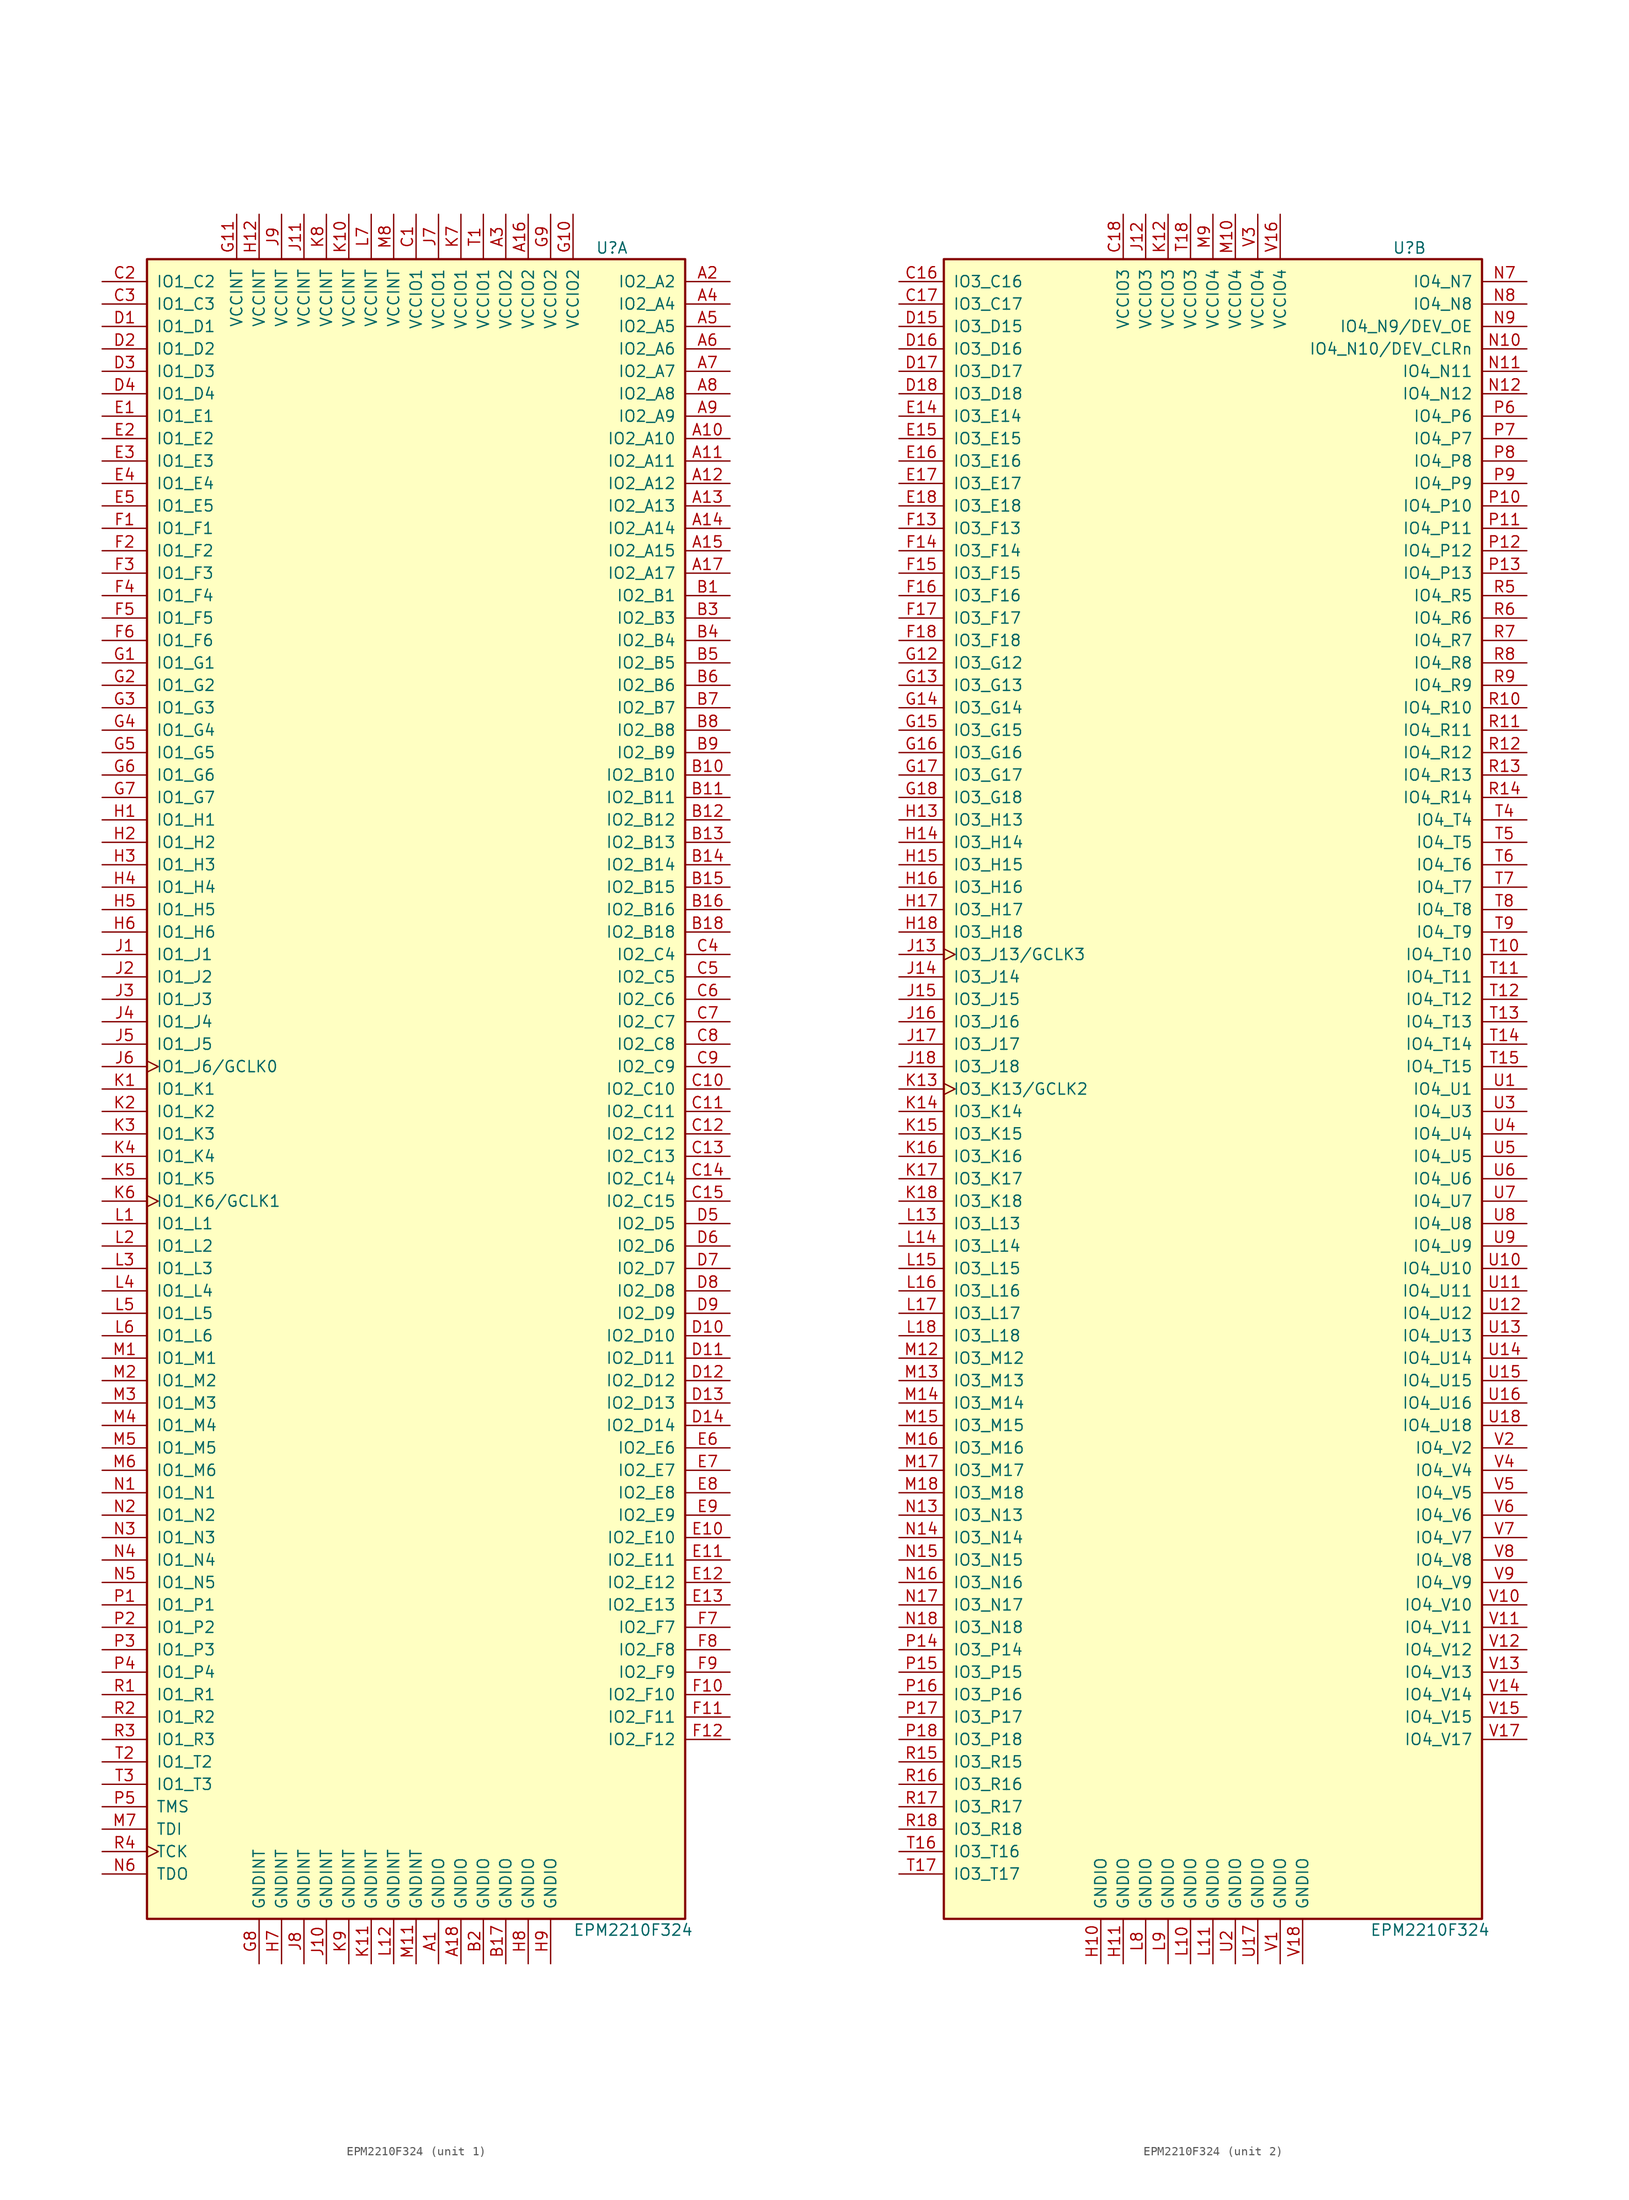
<source format=kicad_sym>
(kicad_symbol_lib
  (version 20201005)
  (generator kicad_symbol_editor)
  (symbol "EPM2210F324"
    (pin_names
      (offset 1.016))
    (property "Reference" "U"
      (at 20.32 95.25 0)
      (effects (font (size 1.27 1.27)) (justify left)))
    (property "Value" "EPM2210F324"
      (at 17.78 -95.25 0)
      (effects (font (size 1.27 1.27)) (justify left)))
    (property "ki_locked" ""
      (at 0 0 0)
      (effects (font (size 1.27 1.27))))
    (symbol "EPM2210F324_1_1"
      (rectangle (start -30.48 93.98) (end 30.48 -93.98) (stroke (width 0.254)) (fill (type background)))
      (pin power_in line (at 2.54 -99.06 90) (length 5.08) (name "GNDIO" (effects (font (size 1.27 1.27)))) (number "A1" (effects (font (size 1.27 1.27)))))
      (pin bidirectional line (at 35.56 73.66 180) (length 5.08) (name "IO2_A10" (effects (font (size 1.27 1.27)))) (number "A10" (effects (font (size 1.27 1.27)))))
      (pin bidirectional line (at 35.56 71.12 180) (length 5.08) (name "IO2_A11" (effects (font (size 1.27 1.27)))) (number "A11" (effects (font (size 1.27 1.27)))))
      (pin bidirectional line (at 35.56 68.58 180) (length 5.08) (name "IO2_A12" (effects (font (size 1.27 1.27)))) (number "A12" (effects (font (size 1.27 1.27)))))
      (pin bidirectional line (at 35.56 66.04 180) (length 5.08) (name "IO2_A13" (effects (font (size 1.27 1.27)))) (number "A13" (effects (font (size 1.27 1.27)))))
      (pin bidirectional line (at 35.56 63.5 180) (length 5.08) (name "IO2_A14" (effects (font (size 1.27 1.27)))) (number "A14" (effects (font (size 1.27 1.27)))))
      (pin bidirectional line (at 35.56 60.96 180) (length 5.08) (name "IO2_A15" (effects (font (size 1.27 1.27)))) (number "A15" (effects (font (size 1.27 1.27)))))
      (pin power_in line (at 12.7 99.06 270) (length 5.08) (name "VCCIO2" (effects (font (size 1.27 1.27)))) (number "A16" (effects (font (size 1.27 1.27)))))
      (pin bidirectional line (at 35.56 58.42 180) (length 5.08) (name "IO2_A17" (effects (font (size 1.27 1.27)))) (number "A17" (effects (font (size 1.27 1.27)))))
      (pin power_in line (at 5.08 -99.06 90) (length 5.08) (name "GNDIO" (effects (font (size 1.27 1.27)))) (number "A18" (effects (font (size 1.27 1.27)))))
      (pin bidirectional line (at 35.56 91.44 180) (length 5.08) (name "IO2_A2" (effects (font (size 1.27 1.27)))) (number "A2" (effects (font (size 1.27 1.27)))))
      (pin power_in line (at 10.16 99.06 270) (length 5.08) (name "VCCIO2" (effects (font (size 1.27 1.27)))) (number "A3" (effects (font (size 1.27 1.27)))))
      (pin bidirectional line (at 35.56 88.9 180) (length 5.08) (name "IO2_A4" (effects (font (size 1.27 1.27)))) (number "A4" (effects (font (size 1.27 1.27)))))
      (pin bidirectional line (at 35.56 86.36 180) (length 5.08) (name "IO2_A5" (effects (font (size 1.27 1.27)))) (number "A5" (effects (font (size 1.27 1.27)))))
      (pin bidirectional line (at 35.56 83.82 180) (length 5.08) (name "IO2_A6" (effects (font (size 1.27 1.27)))) (number "A6" (effects (font (size 1.27 1.27)))))
      (pin bidirectional line (at 35.56 81.28 180) (length 5.08) (name "IO2_A7" (effects (font (size 1.27 1.27)))) (number "A7" (effects (font (size 1.27 1.27)))))
      (pin bidirectional line (at 35.56 78.74 180) (length 5.08) (name "IO2_A8" (effects (font (size 1.27 1.27)))) (number "A8" (effects (font (size 1.27 1.27)))))
      (pin bidirectional line (at 35.56 76.2 180) (length 5.08) (name "IO2_A9" (effects (font (size 1.27 1.27)))) (number "A9" (effects (font (size 1.27 1.27)))))
      (pin bidirectional line (at 35.56 55.88 180) (length 5.08) (name "IO2_B1" (effects (font (size 1.27 1.27)))) (number "B1" (effects (font (size 1.27 1.27)))))
      (pin bidirectional line (at 35.56 35.56 180) (length 5.08) (name "IO2_B10" (effects (font (size 1.27 1.27)))) (number "B10" (effects (font (size 1.27 1.27)))))
      (pin bidirectional line (at 35.56 33.02 180) (length 5.08) (name "IO2_B11" (effects (font (size 1.27 1.27)))) (number "B11" (effects (font (size 1.27 1.27)))))
      (pin bidirectional line (at 35.56 30.48 180) (length 5.08) (name "IO2_B12" (effects (font (size 1.27 1.27)))) (number "B12" (effects (font (size 1.27 1.27)))))
      (pin bidirectional line (at 35.56 27.94 180) (length 5.08) (name "IO2_B13" (effects (font (size 1.27 1.27)))) (number "B13" (effects (font (size 1.27 1.27)))))
      (pin bidirectional line (at 35.56 25.4 180) (length 5.08) (name "IO2_B14" (effects (font (size 1.27 1.27)))) (number "B14" (effects (font (size 1.27 1.27)))))
      (pin bidirectional line (at 35.56 22.86 180) (length 5.08) (name "IO2_B15" (effects (font (size 1.27 1.27)))) (number "B15" (effects (font (size 1.27 1.27)))))
      (pin bidirectional line (at 35.56 20.32 180) (length 5.08) (name "IO2_B16" (effects (font (size 1.27 1.27)))) (number "B16" (effects (font (size 1.27 1.27)))))
      (pin power_in line (at 10.16 -99.06 90) (length 5.08) (name "GNDIO" (effects (font (size 1.27 1.27)))) (number "B17" (effects (font (size 1.27 1.27)))))
      (pin bidirectional line (at 35.56 17.78 180) (length 5.08) (name "IO2_B18" (effects (font (size 1.27 1.27)))) (number "B18" (effects (font (size 1.27 1.27)))))
      (pin power_in line (at 7.62 -99.06 90) (length 5.08) (name "GNDIO" (effects (font (size 1.27 1.27)))) (number "B2" (effects (font (size 1.27 1.27)))))
      (pin bidirectional line (at 35.56 53.34 180) (length 5.08) (name "IO2_B3" (effects (font (size 1.27 1.27)))) (number "B3" (effects (font (size 1.27 1.27)))))
      (pin bidirectional line (at 35.56 50.8 180) (length 5.08) (name "IO2_B4" (effects (font (size 1.27 1.27)))) (number "B4" (effects (font (size 1.27 1.27)))))
      (pin bidirectional line (at 35.56 48.26 180) (length 5.08) (name "IO2_B5" (effects (font (size 1.27 1.27)))) (number "B5" (effects (font (size 1.27 1.27)))))
      (pin bidirectional line (at 35.56 45.72 180) (length 5.08) (name "IO2_B6" (effects (font (size 1.27 1.27)))) (number "B6" (effects (font (size 1.27 1.27)))))
      (pin bidirectional line (at 35.56 43.18 180) (length 5.08) (name "IO2_B7" (effects (font (size 1.27 1.27)))) (number "B7" (effects (font (size 1.27 1.27)))))
      (pin bidirectional line (at 35.56 40.64 180) (length 5.08) (name "IO2_B8" (effects (font (size 1.27 1.27)))) (number "B8" (effects (font (size 1.27 1.27)))))
      (pin bidirectional line (at 35.56 38.1 180) (length 5.08) (name "IO2_B9" (effects (font (size 1.27 1.27)))) (number "B9" (effects (font (size 1.27 1.27)))))
      (pin power_in line (at 0 99.06 270) (length 5.08) (name "VCCIO1" (effects (font (size 1.27 1.27)))) (number "C1" (effects (font (size 1.27 1.27)))))
      (pin bidirectional line (at 35.56 0 180) (length 5.08) (name "IO2_C10" (effects (font (size 1.27 1.27)))) (number "C10" (effects (font (size 1.27 1.27)))))
      (pin bidirectional line (at 35.56 -2.54 180) (length 5.08) (name "IO2_C11" (effects (font (size 1.27 1.27)))) (number "C11" (effects (font (size 1.27 1.27)))))
      (pin bidirectional line (at 35.56 -5.08 180) (length 5.08) (name "IO2_C12" (effects (font (size 1.27 1.27)))) (number "C12" (effects (font (size 1.27 1.27)))))
      (pin bidirectional line (at 35.56 -7.62 180) (length 5.08) (name "IO2_C13" (effects (font (size 1.27 1.27)))) (number "C13" (effects (font (size 1.27 1.27)))))
      (pin bidirectional line (at 35.56 -10.16 180) (length 5.08) (name "IO2_C14" (effects (font (size 1.27 1.27)))) (number "C14" (effects (font (size 1.27 1.27)))))
      (pin bidirectional line (at 35.56 -12.7 180) (length 5.08) (name "IO2_C15" (effects (font (size 1.27 1.27)))) (number "C15" (effects (font (size 1.27 1.27)))))
      (pin bidirectional line (at -35.56 91.44 0) (length 5.08) (name "IO1_C2" (effects (font (size 1.27 1.27)))) (number "C2" (effects (font (size 1.27 1.27)))))
      (pin bidirectional line (at -35.56 88.9 0) (length 5.08) (name "IO1_C3" (effects (font (size 1.27 1.27)))) (number "C3" (effects (font (size 1.27 1.27)))))
      (pin bidirectional line (at 35.56 15.24 180) (length 5.08) (name "IO2_C4" (effects (font (size 1.27 1.27)))) (number "C4" (effects (font (size 1.27 1.27)))))
      (pin bidirectional line (at 35.56 12.7 180) (length 5.08) (name "IO2_C5" (effects (font (size 1.27 1.27)))) (number "C5" (effects (font (size 1.27 1.27)))))
      (pin bidirectional line (at 35.56 10.16 180) (length 5.08) (name "IO2_C6" (effects (font (size 1.27 1.27)))) (number "C6" (effects (font (size 1.27 1.27)))))
      (pin bidirectional line (at 35.56 7.62 180) (length 5.08) (name "IO2_C7" (effects (font (size 1.27 1.27)))) (number "C7" (effects (font (size 1.27 1.27)))))
      (pin bidirectional line (at 35.56 5.08 180) (length 5.08) (name "IO2_C8" (effects (font (size 1.27 1.27)))) (number "C8" (effects (font (size 1.27 1.27)))))
      (pin bidirectional line (at 35.56 2.54 180) (length 5.08) (name "IO2_C9" (effects (font (size 1.27 1.27)))) (number "C9" (effects (font (size 1.27 1.27)))))
      (pin bidirectional line (at -35.56 86.36 0) (length 5.08) (name "IO1_D1" (effects (font (size 1.27 1.27)))) (number "D1" (effects (font (size 1.27 1.27)))))
      (pin bidirectional line (at 35.56 -27.94 180) (length 5.08) (name "IO2_D10" (effects (font (size 1.27 1.27)))) (number "D10" (effects (font (size 1.27 1.27)))))
      (pin bidirectional line (at 35.56 -30.48 180) (length 5.08) (name "IO2_D11" (effects (font (size 1.27 1.27)))) (number "D11" (effects (font (size 1.27 1.27)))))
      (pin bidirectional line (at 35.56 -33.02 180) (length 5.08) (name "IO2_D12" (effects (font (size 1.27 1.27)))) (number "D12" (effects (font (size 1.27 1.27)))))
      (pin bidirectional line (at 35.56 -35.56 180) (length 5.08) (name "IO2_D13" (effects (font (size 1.27 1.27)))) (number "D13" (effects (font (size 1.27 1.27)))))
      (pin bidirectional line (at 35.56 -38.1 180) (length 5.08) (name "IO2_D14" (effects (font (size 1.27 1.27)))) (number "D14" (effects (font (size 1.27 1.27)))))
      (pin bidirectional line (at -35.56 83.82 0) (length 5.08) (name "IO1_D2" (effects (font (size 1.27 1.27)))) (number "D2" (effects (font (size 1.27 1.27)))))
      (pin bidirectional line (at -35.56 81.28 0) (length 5.08) (name "IO1_D3" (effects (font (size 1.27 1.27)))) (number "D3" (effects (font (size 1.27 1.27)))))
      (pin bidirectional line (at -35.56 78.74 0) (length 5.08) (name "IO1_D4" (effects (font (size 1.27 1.27)))) (number "D4" (effects (font (size 1.27 1.27)))))
      (pin bidirectional line (at 35.56 -15.24 180) (length 5.08) (name "IO2_D5" (effects (font (size 1.27 1.27)))) (number "D5" (effects (font (size 1.27 1.27)))))
      (pin bidirectional line (at 35.56 -17.78 180) (length 5.08) (name "IO2_D6" (effects (font (size 1.27 1.27)))) (number "D6" (effects (font (size 1.27 1.27)))))
      (pin bidirectional line (at 35.56 -20.32 180) (length 5.08) (name "IO2_D7" (effects (font (size 1.27 1.27)))) (number "D7" (effects (font (size 1.27 1.27)))))
      (pin bidirectional line (at 35.56 -22.86 180) (length 5.08) (name "IO2_D8" (effects (font (size 1.27 1.27)))) (number "D8" (effects (font (size 1.27 1.27)))))
      (pin bidirectional line (at 35.56 -25.4 180) (length 5.08) (name "IO2_D9" (effects (font (size 1.27 1.27)))) (number "D9" (effects (font (size 1.27 1.27)))))
      (pin bidirectional line (at -35.56 76.2 0) (length 5.08) (name "IO1_E1" (effects (font (size 1.27 1.27)))) (number "E1" (effects (font (size 1.27 1.27)))))
      (pin bidirectional line (at 35.56 -50.8 180) (length 5.08) (name "IO2_E10" (effects (font (size 1.27 1.27)))) (number "E10" (effects (font (size 1.27 1.27)))))
      (pin bidirectional line (at 35.56 -53.34 180) (length 5.08) (name "IO2_E11" (effects (font (size 1.27 1.27)))) (number "E11" (effects (font (size 1.27 1.27)))))
      (pin bidirectional line (at 35.56 -55.88 180) (length 5.08) (name "IO2_E12" (effects (font (size 1.27 1.27)))) (number "E12" (effects (font (size 1.27 1.27)))))
      (pin bidirectional line (at 35.56 -58.42 180) (length 5.08) (name "IO2_E13" (effects (font (size 1.27 1.27)))) (number "E13" (effects (font (size 1.27 1.27)))))
      (pin bidirectional line (at -35.56 73.66 0) (length 5.08) (name "IO1_E2" (effects (font (size 1.27 1.27)))) (number "E2" (effects (font (size 1.27 1.27)))))
      (pin bidirectional line (at -35.56 71.12 0) (length 5.08) (name "IO1_E3" (effects (font (size 1.27 1.27)))) (number "E3" (effects (font (size 1.27 1.27)))))
      (pin bidirectional line (at -35.56 68.58 0) (length 5.08) (name "IO1_E4" (effects (font (size 1.27 1.27)))) (number "E4" (effects (font (size 1.27 1.27)))))
      (pin bidirectional line (at -35.56 66.04 0) (length 5.08) (name "IO1_E5" (effects (font (size 1.27 1.27)))) (number "E5" (effects (font (size 1.27 1.27)))))
      (pin bidirectional line (at 35.56 -40.64 180) (length 5.08) (name "IO2_E6" (effects (font (size 1.27 1.27)))) (number "E6" (effects (font (size 1.27 1.27)))))
      (pin bidirectional line (at 35.56 -43.18 180) (length 5.08) (name "IO2_E7" (effects (font (size 1.27 1.27)))) (number "E7" (effects (font (size 1.27 1.27)))))
      (pin bidirectional line (at 35.56 -45.72 180) (length 5.08) (name "IO2_E8" (effects (font (size 1.27 1.27)))) (number "E8" (effects (font (size 1.27 1.27)))))
      (pin bidirectional line (at 35.56 -48.26 180) (length 5.08) (name "IO2_E9" (effects (font (size 1.27 1.27)))) (number "E9" (effects (font (size 1.27 1.27)))))
      (pin bidirectional line (at -35.56 63.5 0) (length 5.08) (name "IO1_F1" (effects (font (size 1.27 1.27)))) (number "F1" (effects (font (size 1.27 1.27)))))
      (pin bidirectional line (at 35.56 -68.58 180) (length 5.08) (name "IO2_F10" (effects (font (size 1.27 1.27)))) (number "F10" (effects (font (size 1.27 1.27)))))
      (pin bidirectional line (at 35.56 -71.12 180) (length 5.08) (name "IO2_F11" (effects (font (size 1.27 1.27)))) (number "F11" (effects (font (size 1.27 1.27)))))
      (pin bidirectional line (at 35.56 -73.66 180) (length 5.08) (name "IO2_F12" (effects (font (size 1.27 1.27)))) (number "F12" (effects (font (size 1.27 1.27)))))
      (pin bidirectional line (at -35.56 60.96 0) (length 5.08) (name "IO1_F2" (effects (font (size 1.27 1.27)))) (number "F2" (effects (font (size 1.27 1.27)))))
      (pin bidirectional line (at -35.56 58.42 0) (length 5.08) (name "IO1_F3" (effects (font (size 1.27 1.27)))) (number "F3" (effects (font (size 1.27 1.27)))))
      (pin bidirectional line (at -35.56 55.88 0) (length 5.08) (name "IO1_F4" (effects (font (size 1.27 1.27)))) (number "F4" (effects (font (size 1.27 1.27)))))
      (pin bidirectional line (at -35.56 53.34 0) (length 5.08) (name "IO1_F5" (effects (font (size 1.27 1.27)))) (number "F5" (effects (font (size 1.27 1.27)))))
      (pin bidirectional line (at -35.56 50.8 0) (length 5.08) (name "IO1_F6" (effects (font (size 1.27 1.27)))) (number "F6" (effects (font (size 1.27 1.27)))))
      (pin bidirectional line (at 35.56 -60.96 180) (length 5.08) (name "IO2_F7" (effects (font (size 1.27 1.27)))) (number "F7" (effects (font (size 1.27 1.27)))))
      (pin bidirectional line (at 35.56 -63.5 180) (length 5.08) (name "IO2_F8" (effects (font (size 1.27 1.27)))) (number "F8" (effects (font (size 1.27 1.27)))))
      (pin bidirectional line (at 35.56 -66.04 180) (length 5.08) (name "IO2_F9" (effects (font (size 1.27 1.27)))) (number "F9" (effects (font (size 1.27 1.27)))))
      (pin bidirectional line (at -35.56 48.26 0) (length 5.08) (name "IO1_G1" (effects (font (size 1.27 1.27)))) (number "G1" (effects (font (size 1.27 1.27)))))
      (pin power_in line (at 17.78 99.06 270) (length 5.08) (name "VCCIO2" (effects (font (size 1.27 1.27)))) (number "G10" (effects (font (size 1.27 1.27)))))
      (pin power_in line (at -20.32 99.06 270) (length 5.08) (name "VCCINT" (effects (font (size 1.27 1.27)))) (number "G11" (effects (font (size 1.27 1.27)))))
      (pin bidirectional line (at -35.56 45.72 0) (length 5.08) (name "IO1_G2" (effects (font (size 1.27 1.27)))) (number "G2" (effects (font (size 1.27 1.27)))))
      (pin bidirectional line (at -35.56 43.18 0) (length 5.08) (name "IO1_G3" (effects (font (size 1.27 1.27)))) (number "G3" (effects (font (size 1.27 1.27)))))
      (pin bidirectional line (at -35.56 40.64 0) (length 5.08) (name "IO1_G4" (effects (font (size 1.27 1.27)))) (number "G4" (effects (font (size 1.27 1.27)))))
      (pin bidirectional line (at -35.56 38.1 0) (length 5.08) (name "IO1_G5" (effects (font (size 1.27 1.27)))) (number "G5" (effects (font (size 1.27 1.27)))))
      (pin bidirectional line (at -35.56 35.56 0) (length 5.08) (name "IO1_G6" (effects (font (size 1.27 1.27)))) (number "G6" (effects (font (size 1.27 1.27)))))
      (pin bidirectional line (at -35.56 33.02 0) (length 5.08) (name "IO1_G7" (effects (font (size 1.27 1.27)))) (number "G7" (effects (font (size 1.27 1.27)))))
      (pin power_in line (at -17.78 -99.06 90) (length 5.08) (name "GNDINT" (effects (font (size 1.27 1.27)))) (number "G8" (effects (font (size 1.27 1.27)))))
      (pin power_in line (at 15.24 99.06 270) (length 5.08) (name "VCCIO2" (effects (font (size 1.27 1.27)))) (number "G9" (effects (font (size 1.27 1.27)))))
      (pin bidirectional line (at -35.56 30.48 0) (length 5.08) (name "IO1_H1" (effects (font (size 1.27 1.27)))) (number "H1" (effects (font (size 1.27 1.27)))))
      (pin power_in line (at -17.78 99.06 270) (length 5.08) (name "VCCINT" (effects (font (size 1.27 1.27)))) (number "H12" (effects (font (size 1.27 1.27)))))
      (pin bidirectional line (at -35.56 27.94 0) (length 5.08) (name "IO1_H2" (effects (font (size 1.27 1.27)))) (number "H2" (effects (font (size 1.27 1.27)))))
      (pin bidirectional line (at -35.56 25.4 0) (length 5.08) (name "IO1_H3" (effects (font (size 1.27 1.27)))) (number "H3" (effects (font (size 1.27 1.27)))))
      (pin bidirectional line (at -35.56 22.86 0) (length 5.08) (name "IO1_H4" (effects (font (size 1.27 1.27)))) (number "H4" (effects (font (size 1.27 1.27)))))
      (pin bidirectional line (at -35.56 20.32 0) (length 5.08) (name "IO1_H5" (effects (font (size 1.27 1.27)))) (number "H5" (effects (font (size 1.27 1.27)))))
      (pin bidirectional line (at -35.56 17.78 0) (length 5.08) (name "IO1_H6" (effects (font (size 1.27 1.27)))) (number "H6" (effects (font (size 1.27 1.27)))))
      (pin power_in line (at -15.24 -99.06 90) (length 5.08) (name "GNDINT" (effects (font (size 1.27 1.27)))) (number "H7" (effects (font (size 1.27 1.27)))))
      (pin power_in line (at 12.7 -99.06 90) (length 5.08) (name "GNDIO" (effects (font (size 1.27 1.27)))) (number "H8" (effects (font (size 1.27 1.27)))))
      (pin power_in line (at 15.24 -99.06 90) (length 5.08) (name "GNDIO" (effects (font (size 1.27 1.27)))) (number "H9" (effects (font (size 1.27 1.27)))))
      (pin bidirectional line (at -35.56 15.24 0) (length 5.08) (name "IO1_J1" (effects (font (size 1.27 1.27)))) (number "J1" (effects (font (size 1.27 1.27)))))
      (pin power_in line (at -10.16 -99.06 90) (length 5.08) (name "GNDINT" (effects (font (size 1.27 1.27)))) (number "J10" (effects (font (size 1.27 1.27)))))
      (pin power_in line (at -12.7 99.06 270) (length 5.08) (name "VCCINT" (effects (font (size 1.27 1.27)))) (number "J11" (effects (font (size 1.27 1.27)))))
      (pin bidirectional line (at -35.56 12.7 0) (length 5.08) (name "IO1_J2" (effects (font (size 1.27 1.27)))) (number "J2" (effects (font (size 1.27 1.27)))))
      (pin bidirectional line (at -35.56 10.16 0) (length 5.08) (name "IO1_J3" (effects (font (size 1.27 1.27)))) (number "J3" (effects (font (size 1.27 1.27)))))
      (pin bidirectional line (at -35.56 7.62 0) (length 5.08) (name "IO1_J4" (effects (font (size 1.27 1.27)))) (number "J4" (effects (font (size 1.27 1.27)))))
      (pin bidirectional line (at -35.56 5.08 0) (length 5.08) (name "IO1_J5" (effects (font (size 1.27 1.27)))) (number "J5" (effects (font (size 1.27 1.27)))))
      (pin bidirectional clock (at -35.56 2.54 0) (length 5.08) (name "IO1_J6/GCLK0" (effects (font (size 1.27 1.27)))) (number "J6" (effects (font (size 1.27 1.27)))))
      (pin power_in line (at 2.54 99.06 270) (length 5.08) (name "VCCIO1" (effects (font (size 1.27 1.27)))) (number "J7" (effects (font (size 1.27 1.27)))))
      (pin power_in line (at -12.7 -99.06 90) (length 5.08) (name "GNDINT" (effects (font (size 1.27 1.27)))) (number "J8" (effects (font (size 1.27 1.27)))))
      (pin power_in line (at -15.24 99.06 270) (length 5.08) (name "VCCINT" (effects (font (size 1.27 1.27)))) (number "J9" (effects (font (size 1.27 1.27)))))
      (pin bidirectional line (at -35.56 0 0) (length 5.08) (name "IO1_K1" (effects (font (size 1.27 1.27)))) (number "K1" (effects (font (size 1.27 1.27)))))
      (pin power_in line (at -7.62 99.06 270) (length 5.08) (name "VCCINT" (effects (font (size 1.27 1.27)))) (number "K10" (effects (font (size 1.27 1.27)))))
      (pin power_in line (at -5.08 -99.06 90) (length 5.08) (name "GNDINT" (effects (font (size 1.27 1.27)))) (number "K11" (effects (font (size 1.27 1.27)))))
      (pin bidirectional line (at -35.56 -2.54 0) (length 5.08) (name "IO1_K2" (effects (font (size 1.27 1.27)))) (number "K2" (effects (font (size 1.27 1.27)))))
      (pin bidirectional line (at -35.56 -5.08 0) (length 5.08) (name "IO1_K3" (effects (font (size 1.27 1.27)))) (number "K3" (effects (font (size 1.27 1.27)))))
      (pin bidirectional line (at -35.56 -7.62 0) (length 5.08) (name "IO1_K4" (effects (font (size 1.27 1.27)))) (number "K4" (effects (font (size 1.27 1.27)))))
      (pin bidirectional line (at -35.56 -10.16 0) (length 5.08) (name "IO1_K5" (effects (font (size 1.27 1.27)))) (number "K5" (effects (font (size 1.27 1.27)))))
      (pin bidirectional clock (at -35.56 -12.7 0) (length 5.08) (name "IO1_K6/GCLK1" (effects (font (size 1.27 1.27)))) (number "K6" (effects (font (size 1.27 1.27)))))
      (pin power_in line (at 5.08 99.06 270) (length 5.08) (name "VCCIO1" (effects (font (size 1.27 1.27)))) (number "K7" (effects (font (size 1.27 1.27)))))
      (pin power_in line (at -10.16 99.06 270) (length 5.08) (name "VCCINT" (effects (font (size 1.27 1.27)))) (number "K8" (effects (font (size 1.27 1.27)))))
      (pin power_in line (at -7.62 -99.06 90) (length 5.08) (name "GNDINT" (effects (font (size 1.27 1.27)))) (number "K9" (effects (font (size 1.27 1.27)))))
      (pin bidirectional line (at -35.56 -15.24 0) (length 5.08) (name "IO1_L1" (effects (font (size 1.27 1.27)))) (number "L1" (effects (font (size 1.27 1.27)))))
      (pin power_in line (at -2.54 -99.06 90) (length 5.08) (name "GNDINT" (effects (font (size 1.27 1.27)))) (number "L12" (effects (font (size 1.27 1.27)))))
      (pin bidirectional line (at -35.56 -17.78 0) (length 5.08) (name "IO1_L2" (effects (font (size 1.27 1.27)))) (number "L2" (effects (font (size 1.27 1.27)))))
      (pin bidirectional line (at -35.56 -20.32 0) (length 5.08) (name "IO1_L3" (effects (font (size 1.27 1.27)))) (number "L3" (effects (font (size 1.27 1.27)))))
      (pin bidirectional line (at -35.56 -22.86 0) (length 5.08) (name "IO1_L4" (effects (font (size 1.27 1.27)))) (number "L4" (effects (font (size 1.27 1.27)))))
      (pin bidirectional line (at -35.56 -25.4 0) (length 5.08) (name "IO1_L5" (effects (font (size 1.27 1.27)))) (number "L5" (effects (font (size 1.27 1.27)))))
      (pin bidirectional line (at -35.56 -27.94 0) (length 5.08) (name "IO1_L6" (effects (font (size 1.27 1.27)))) (number "L6" (effects (font (size 1.27 1.27)))))
      (pin power_in line (at -5.08 99.06 270) (length 5.08) (name "VCCINT" (effects (font (size 1.27 1.27)))) (number "L7" (effects (font (size 1.27 1.27)))))
      (pin bidirectional line (at -35.56 -30.48 0) (length 5.08) (name "IO1_M1" (effects (font (size 1.27 1.27)))) (number "M1" (effects (font (size 1.27 1.27)))))
      (pin power_in line (at 0 -99.06 90) (length 5.08) (name "GNDINT" (effects (font (size 1.27 1.27)))) (number "M11" (effects (font (size 1.27 1.27)))))
      (pin bidirectional line (at -35.56 -33.02 0) (length 5.08) (name "IO1_M2" (effects (font (size 1.27 1.27)))) (number "M2" (effects (font (size 1.27 1.27)))))
      (pin bidirectional line (at -35.56 -35.56 0) (length 5.08) (name "IO1_M3" (effects (font (size 1.27 1.27)))) (number "M3" (effects (font (size 1.27 1.27)))))
      (pin bidirectional line (at -35.56 -38.1 0) (length 5.08) (name "IO1_M4" (effects (font (size 1.27 1.27)))) (number "M4" (effects (font (size 1.27 1.27)))))
      (pin bidirectional line (at -35.56 -40.64 0) (length 5.08) (name "IO1_M5" (effects (font (size 1.27 1.27)))) (number "M5" (effects (font (size 1.27 1.27)))))
      (pin bidirectional line (at -35.56 -43.18 0) (length 5.08) (name "IO1_M6" (effects (font (size 1.27 1.27)))) (number "M6" (effects (font (size 1.27 1.27)))))
      (pin input line (at -35.56 -83.82 0) (length 5.08) (name "TDI" (effects (font (size 1.27 1.27)))) (number "M7" (effects (font (size 1.27 1.27)))))
      (pin power_in line (at -2.54 99.06 270) (length 5.08) (name "VCCINT" (effects (font (size 1.27 1.27)))) (number "M8" (effects (font (size 1.27 1.27)))))
      (pin bidirectional line (at -35.56 -45.72 0) (length 5.08) (name "IO1_N1" (effects (font (size 1.27 1.27)))) (number "N1" (effects (font (size 1.27 1.27)))))
      (pin bidirectional line (at -35.56 -48.26 0) (length 5.08) (name "IO1_N2" (effects (font (size 1.27 1.27)))) (number "N2" (effects (font (size 1.27 1.27)))))
      (pin bidirectional line (at -35.56 -50.8 0) (length 5.08) (name "IO1_N3" (effects (font (size 1.27 1.27)))) (number "N3" (effects (font (size 1.27 1.27)))))
      (pin bidirectional line (at -35.56 -53.34 0) (length 5.08) (name "IO1_N4" (effects (font (size 1.27 1.27)))) (number "N4" (effects (font (size 1.27 1.27)))))
      (pin bidirectional line (at -35.56 -55.88 0) (length 5.08) (name "IO1_N5" (effects (font (size 1.27 1.27)))) (number "N5" (effects (font (size 1.27 1.27)))))
      (pin output line (at -35.56 -88.9 0) (length 5.08) (name "TDO" (effects (font (size 1.27 1.27)))) (number "N6" (effects (font (size 1.27 1.27)))))
      (pin bidirectional line (at -35.56 -58.42 0) (length 5.08) (name "IO1_P1" (effects (font (size 1.27 1.27)))) (number "P1" (effects (font (size 1.27 1.27)))))
      (pin bidirectional line (at -35.56 -60.96 0) (length 5.08) (name "IO1_P2" (effects (font (size 1.27 1.27)))) (number "P2" (effects (font (size 1.27 1.27)))))
      (pin bidirectional line (at -35.56 -63.5 0) (length 5.08) (name "IO1_P3" (effects (font (size 1.27 1.27)))) (number "P3" (effects (font (size 1.27 1.27)))))
      (pin bidirectional line (at -35.56 -66.04 0) (length 5.08) (name "IO1_P4" (effects (font (size 1.27 1.27)))) (number "P4" (effects (font (size 1.27 1.27)))))
      (pin input line (at -35.56 -81.28 0) (length 5.08) (name "TMS" (effects (font (size 1.27 1.27)))) (number "P5" (effects (font (size 1.27 1.27)))))
      (pin bidirectional line (at -35.56 -68.58 0) (length 5.08) (name "IO1_R1" (effects (font (size 1.27 1.27)))) (number "R1" (effects (font (size 1.27 1.27)))))
      (pin bidirectional line (at -35.56 -71.12 0) (length 5.08) (name "IO1_R2" (effects (font (size 1.27 1.27)))) (number "R2" (effects (font (size 1.27 1.27)))))
      (pin bidirectional line (at -35.56 -73.66 0) (length 5.08) (name "IO1_R3" (effects (font (size 1.27 1.27)))) (number "R3" (effects (font (size 1.27 1.27)))))
      (pin input clock (at -35.56 -86.36 0) (length 5.08) (name "TCK" (effects (font (size 1.27 1.27)))) (number "R4" (effects (font (size 1.27 1.27)))))
      (pin power_in line (at 7.62 99.06 270) (length 5.08) (name "VCCIO1" (effects (font (size 1.27 1.27)))) (number "T1" (effects (font (size 1.27 1.27)))))
      (pin bidirectional line (at -35.56 -76.2 0) (length 5.08) (name "IO1_T2" (effects (font (size 1.27 1.27)))) (number "T2" (effects (font (size 1.27 1.27)))))
      (pin bidirectional line (at -35.56 -78.74 0) (length 5.08) (name "IO1_T3" (effects (font (size 1.27 1.27)))) (number "T3" (effects (font (size 1.27 1.27))))))
    (symbol "EPM2210F324_2_1"
      (rectangle (start -30.48 93.98) (end 30.48 -93.98) (stroke (width 0.254)) (fill (type background)))
      (pin bidirectional line (at -35.56 91.44 0) (length 5.08) (name "IO3_C16" (effects (font (size 1.27 1.27)))) (number "C16" (effects (font (size 1.27 1.27)))))
      (pin bidirectional line (at -35.56 88.9 0) (length 5.08) (name "IO3_C17" (effects (font (size 1.27 1.27)))) (number "C17" (effects (font (size 1.27 1.27)))))
      (pin power_in line (at -10.16 99.06 270) (length 5.08) (name "VCCIO3" (effects (font (size 1.27 1.27)))) (number "C18" (effects (font (size 1.27 1.27)))))
      (pin bidirectional line (at -35.56 86.36 0) (length 5.08) (name "IO3_D15" (effects (font (size 1.27 1.27)))) (number "D15" (effects (font (size 1.27 1.27)))))
      (pin bidirectional line (at -35.56 83.82 0) (length 5.08) (name "IO3_D16" (effects (font (size 1.27 1.27)))) (number "D16" (effects (font (size 1.27 1.27)))))
      (pin bidirectional line (at -35.56 81.28 0) (length 5.08) (name "IO3_D17" (effects (font (size 1.27 1.27)))) (number "D17" (effects (font (size 1.27 1.27)))))
      (pin bidirectional line (at -35.56 78.74 0) (length 5.08) (name "IO3_D18" (effects (font (size 1.27 1.27)))) (number "D18" (effects (font (size 1.27 1.27)))))
      (pin bidirectional line (at -35.56 76.2 0) (length 5.08) (name "IO3_E14" (effects (font (size 1.27 1.27)))) (number "E14" (effects (font (size 1.27 1.27)))))
      (pin bidirectional line (at -35.56 73.66 0) (length 5.08) (name "IO3_E15" (effects (font (size 1.27 1.27)))) (number "E15" (effects (font (size 1.27 1.27)))))
      (pin bidirectional line (at -35.56 71.12 0) (length 5.08) (name "IO3_E16" (effects (font (size 1.27 1.27)))) (number "E16" (effects (font (size 1.27 1.27)))))
      (pin bidirectional line (at -35.56 68.58 0) (length 5.08) (name "IO3_E17" (effects (font (size 1.27 1.27)))) (number "E17" (effects (font (size 1.27 1.27)))))
      (pin bidirectional line (at -35.56 66.04 0) (length 5.08) (name "IO3_E18" (effects (font (size 1.27 1.27)))) (number "E18" (effects (font (size 1.27 1.27)))))
      (pin bidirectional line (at -35.56 63.5 0) (length 5.08) (name "IO3_F13" (effects (font (size 1.27 1.27)))) (number "F13" (effects (font (size 1.27 1.27)))))
      (pin bidirectional line (at -35.56 60.96 0) (length 5.08) (name "IO3_F14" (effects (font (size 1.27 1.27)))) (number "F14" (effects (font (size 1.27 1.27)))))
      (pin bidirectional line (at -35.56 58.42 0) (length 5.08) (name "IO3_F15" (effects (font (size 1.27 1.27)))) (number "F15" (effects (font (size 1.27 1.27)))))
      (pin bidirectional line (at -35.56 55.88 0) (length 5.08) (name "IO3_F16" (effects (font (size 1.27 1.27)))) (number "F16" (effects (font (size 1.27 1.27)))))
      (pin bidirectional line (at -35.56 53.34 0) (length 5.08) (name "IO3_F17" (effects (font (size 1.27 1.27)))) (number "F17" (effects (font (size 1.27 1.27)))))
      (pin bidirectional line (at -35.56 50.8 0) (length 5.08) (name "IO3_F18" (effects (font (size 1.27 1.27)))) (number "F18" (effects (font (size 1.27 1.27)))))
      (pin bidirectional line (at -35.56 48.26 0) (length 5.08) (name "IO3_G12" (effects (font (size 1.27 1.27)))) (number "G12" (effects (font (size 1.27 1.27)))))
      (pin bidirectional line (at -35.56 45.72 0) (length 5.08) (name "IO3_G13" (effects (font (size 1.27 1.27)))) (number "G13" (effects (font (size 1.27 1.27)))))
      (pin bidirectional line (at -35.56 43.18 0) (length 5.08) (name "IO3_G14" (effects (font (size 1.27 1.27)))) (number "G14" (effects (font (size 1.27 1.27)))))
      (pin bidirectional line (at -35.56 40.64 0) (length 5.08) (name "IO3_G15" (effects (font (size 1.27 1.27)))) (number "G15" (effects (font (size 1.27 1.27)))))
      (pin bidirectional line (at -35.56 38.1 0) (length 5.08) (name "IO3_G16" (effects (font (size 1.27 1.27)))) (number "G16" (effects (font (size 1.27 1.27)))))
      (pin bidirectional line (at -35.56 35.56 0) (length 5.08) (name "IO3_G17" (effects (font (size 1.27 1.27)))) (number "G17" (effects (font (size 1.27 1.27)))))
      (pin bidirectional line (at -35.56 33.02 0) (length 5.08) (name "IO3_G18" (effects (font (size 1.27 1.27)))) (number "G18" (effects (font (size 1.27 1.27)))))
      (pin power_in line (at -12.7 -99.06 90) (length 5.08) (name "GNDIO" (effects (font (size 1.27 1.27)))) (number "H10" (effects (font (size 1.27 1.27)))))
      (pin power_in line (at -10.16 -99.06 90) (length 5.08) (name "GNDIO" (effects (font (size 1.27 1.27)))) (number "H11" (effects (font (size 1.27 1.27)))))
      (pin bidirectional line (at -35.56 30.48 0) (length 5.08) (name "IO3_H13" (effects (font (size 1.27 1.27)))) (number "H13" (effects (font (size 1.27 1.27)))))
      (pin bidirectional line (at -35.56 27.94 0) (length 5.08) (name "IO3_H14" (effects (font (size 1.27 1.27)))) (number "H14" (effects (font (size 1.27 1.27)))))
      (pin bidirectional line (at -35.56 25.4 0) (length 5.08) (name "IO3_H15" (effects (font (size 1.27 1.27)))) (number "H15" (effects (font (size 1.27 1.27)))))
      (pin bidirectional line (at -35.56 22.86 0) (length 5.08) (name "IO3_H16" (effects (font (size 1.27 1.27)))) (number "H16" (effects (font (size 1.27 1.27)))))
      (pin bidirectional line (at -35.56 20.32 0) (length 5.08) (name "IO3_H17" (effects (font (size 1.27 1.27)))) (number "H17" (effects (font (size 1.27 1.27)))))
      (pin bidirectional line (at -35.56 17.78 0) (length 5.08) (name "IO3_H18" (effects (font (size 1.27 1.27)))) (number "H18" (effects (font (size 1.27 1.27)))))
      (pin power_in line (at -7.62 99.06 270) (length 5.08) (name "VCCIO3" (effects (font (size 1.27 1.27)))) (number "J12" (effects (font (size 1.27 1.27)))))
      (pin bidirectional clock (at -35.56 15.24 0) (length 5.08) (name "IO3_J13/GCLK3" (effects (font (size 1.27 1.27)))) (number "J13" (effects (font (size 1.27 1.27)))))
      (pin bidirectional line (at -35.56 12.7 0) (length 5.08) (name "IO3_J14" (effects (font (size 1.27 1.27)))) (number "J14" (effects (font (size 1.27 1.27)))))
      (pin bidirectional line (at -35.56 10.16 0) (length 5.08) (name "IO3_J15" (effects (font (size 1.27 1.27)))) (number "J15" (effects (font (size 1.27 1.27)))))
      (pin bidirectional line (at -35.56 7.62 0) (length 5.08) (name "IO3_J16" (effects (font (size 1.27 1.27)))) (number "J16" (effects (font (size 1.27 1.27)))))
      (pin bidirectional line (at -35.56 5.08 0) (length 5.08) (name "IO3_J17" (effects (font (size 1.27 1.27)))) (number "J17" (effects (font (size 1.27 1.27)))))
      (pin bidirectional line (at -35.56 2.54 0) (length 5.08) (name "IO3_J18" (effects (font (size 1.27 1.27)))) (number "J18" (effects (font (size 1.27 1.27)))))
      (pin power_in line (at -5.08 99.06 270) (length 5.08) (name "VCCIO3" (effects (font (size 1.27 1.27)))) (number "K12" (effects (font (size 1.27 1.27)))))
      (pin bidirectional clock (at -35.56 0 0) (length 5.08) (name "IO3_K13/GCLK2" (effects (font (size 1.27 1.27)))) (number "K13" (effects (font (size 1.27 1.27)))))
      (pin bidirectional line (at -35.56 -2.54 0) (length 5.08) (name "IO3_K14" (effects (font (size 1.27 1.27)))) (number "K14" (effects (font (size 1.27 1.27)))))
      (pin bidirectional line (at -35.56 -5.08 0) (length 5.08) (name "IO3_K15" (effects (font (size 1.27 1.27)))) (number "K15" (effects (font (size 1.27 1.27)))))
      (pin bidirectional line (at -35.56 -7.62 0) (length 5.08) (name "IO3_K16" (effects (font (size 1.27 1.27)))) (number "K16" (effects (font (size 1.27 1.27)))))
      (pin bidirectional line (at -35.56 -10.16 0) (length 5.08) (name "IO3_K17" (effects (font (size 1.27 1.27)))) (number "K17" (effects (font (size 1.27 1.27)))))
      (pin bidirectional line (at -35.56 -12.7 0) (length 5.08) (name "IO3_K18" (effects (font (size 1.27 1.27)))) (number "K18" (effects (font (size 1.27 1.27)))))
      (pin power_in line (at -2.54 -99.06 90) (length 5.08) (name "GNDIO" (effects (font (size 1.27 1.27)))) (number "L10" (effects (font (size 1.27 1.27)))))
      (pin power_in line (at 0 -99.06 90) (length 5.08) (name "GNDIO" (effects (font (size 1.27 1.27)))) (number "L11" (effects (font (size 1.27 1.27)))))
      (pin bidirectional line (at -35.56 -15.24 0) (length 5.08) (name "IO3_L13" (effects (font (size 1.27 1.27)))) (number "L13" (effects (font (size 1.27 1.27)))))
      (pin bidirectional line (at -35.56 -17.78 0) (length 5.08) (name "IO3_L14" (effects (font (size 1.27 1.27)))) (number "L14" (effects (font (size 1.27 1.27)))))
      (pin bidirectional line (at -35.56 -20.32 0) (length 5.08) (name "IO3_L15" (effects (font (size 1.27 1.27)))) (number "L15" (effects (font (size 1.27 1.27)))))
      (pin bidirectional line (at -35.56 -22.86 0) (length 5.08) (name "IO3_L16" (effects (font (size 1.27 1.27)))) (number "L16" (effects (font (size 1.27 1.27)))))
      (pin bidirectional line (at -35.56 -25.4 0) (length 5.08) (name "IO3_L17" (effects (font (size 1.27 1.27)))) (number "L17" (effects (font (size 1.27 1.27)))))
      (pin bidirectional line (at -35.56 -27.94 0) (length 5.08) (name "IO3_L18" (effects (font (size 1.27 1.27)))) (number "L18" (effects (font (size 1.27 1.27)))))
      (pin power_in line (at -7.62 -99.06 90) (length 5.08) (name "GNDIO" (effects (font (size 1.27 1.27)))) (number "L8" (effects (font (size 1.27 1.27)))))
      (pin power_in line (at -5.08 -99.06 90) (length 5.08) (name "GNDIO" (effects (font (size 1.27 1.27)))) (number "L9" (effects (font (size 1.27 1.27)))))
      (pin power_in line (at 2.54 99.06 270) (length 5.08) (name "VCCIO4" (effects (font (size 1.27 1.27)))) (number "M10" (effects (font (size 1.27 1.27)))))
      (pin bidirectional line (at -35.56 -30.48 0) (length 5.08) (name "IO3_M12" (effects (font (size 1.27 1.27)))) (number "M12" (effects (font (size 1.27 1.27)))))
      (pin bidirectional line (at -35.56 -33.02 0) (length 5.08) (name "IO3_M13" (effects (font (size 1.27 1.27)))) (number "M13" (effects (font (size 1.27 1.27)))))
      (pin bidirectional line (at -35.56 -35.56 0) (length 5.08) (name "IO3_M14" (effects (font (size 1.27 1.27)))) (number "M14" (effects (font (size 1.27 1.27)))))
      (pin bidirectional line (at -35.56 -38.1 0) (length 5.08) (name "IO3_M15" (effects (font (size 1.27 1.27)))) (number "M15" (effects (font (size 1.27 1.27)))))
      (pin bidirectional line (at -35.56 -40.64 0) (length 5.08) (name "IO3_M16" (effects (font (size 1.27 1.27)))) (number "M16" (effects (font (size 1.27 1.27)))))
      (pin bidirectional line (at -35.56 -43.18 0) (length 5.08) (name "IO3_M17" (effects (font (size 1.27 1.27)))) (number "M17" (effects (font (size 1.27 1.27)))))
      (pin bidirectional line (at -35.56 -45.72 0) (length 5.08) (name "IO3_M18" (effects (font (size 1.27 1.27)))) (number "M18" (effects (font (size 1.27 1.27)))))
      (pin power_in line (at 0 99.06 270) (length 5.08) (name "VCCIO4" (effects (font (size 1.27 1.27)))) (number "M9" (effects (font (size 1.27 1.27)))))
      (pin bidirectional line (at 35.56 83.82 180) (length 5.08) (name "IO4_N10/DEV_CLRn" (effects (font (size 1.27 1.27)))) (number "N10" (effects (font (size 1.27 1.27)))))
      (pin bidirectional line (at 35.56 81.28 180) (length 5.08) (name "IO4_N11" (effects (font (size 1.27 1.27)))) (number "N11" (effects (font (size 1.27 1.27)))))
      (pin bidirectional line (at 35.56 78.74 180) (length 5.08) (name "IO4_N12" (effects (font (size 1.27 1.27)))) (number "N12" (effects (font (size 1.27 1.27)))))
      (pin bidirectional line (at -35.56 -48.26 0) (length 5.08) (name "IO3_N13" (effects (font (size 1.27 1.27)))) (number "N13" (effects (font (size 1.27 1.27)))))
      (pin bidirectional line (at -35.56 -50.8 0) (length 5.08) (name "IO3_N14" (effects (font (size 1.27 1.27)))) (number "N14" (effects (font (size 1.27 1.27)))))
      (pin bidirectional line (at -35.56 -53.34 0) (length 5.08) (name "IO3_N15" (effects (font (size 1.27 1.27)))) (number "N15" (effects (font (size 1.27 1.27)))))
      (pin bidirectional line (at -35.56 -55.88 0) (length 5.08) (name "IO3_N16" (effects (font (size 1.27 1.27)))) (number "N16" (effects (font (size 1.27 1.27)))))
      (pin bidirectional line (at -35.56 -58.42 0) (length 5.08) (name "IO3_N17" (effects (font (size 1.27 1.27)))) (number "N17" (effects (font (size 1.27 1.27)))))
      (pin bidirectional line (at -35.56 -60.96 0) (length 5.08) (name "IO3_N18" (effects (font (size 1.27 1.27)))) (number "N18" (effects (font (size 1.27 1.27)))))
      (pin bidirectional line (at 35.56 91.44 180) (length 5.08) (name "IO4_N7" (effects (font (size 1.27 1.27)))) (number "N7" (effects (font (size 1.27 1.27)))))
      (pin bidirectional line (at 35.56 88.9 180) (length 5.08) (name "IO4_N8" (effects (font (size 1.27 1.27)))) (number "N8" (effects (font (size 1.27 1.27)))))
      (pin bidirectional line (at 35.56 86.36 180) (length 5.08) (name "IO4_N9/DEV_OE" (effects (font (size 1.27 1.27)))) (number "N9" (effects (font (size 1.27 1.27)))))
      (pin bidirectional line (at 35.56 66.04 180) (length 5.08) (name "IO4_P10" (effects (font (size 1.27 1.27)))) (number "P10" (effects (font (size 1.27 1.27)))))
      (pin bidirectional line (at 35.56 63.5 180) (length 5.08) (name "IO4_P11" (effects (font (size 1.27 1.27)))) (number "P11" (effects (font (size 1.27 1.27)))))
      (pin bidirectional line (at 35.56 60.96 180) (length 5.08) (name "IO4_P12" (effects (font (size 1.27 1.27)))) (number "P12" (effects (font (size 1.27 1.27)))))
      (pin bidirectional line (at 35.56 58.42 180) (length 5.08) (name "IO4_P13" (effects (font (size 1.27 1.27)))) (number "P13" (effects (font (size 1.27 1.27)))))
      (pin bidirectional line (at -35.56 -63.5 0) (length 5.08) (name "IO3_P14" (effects (font (size 1.27 1.27)))) (number "P14" (effects (font (size 1.27 1.27)))))
      (pin bidirectional line (at -35.56 -66.04 0) (length 5.08) (name "IO3_P15" (effects (font (size 1.27 1.27)))) (number "P15" (effects (font (size 1.27 1.27)))))
      (pin bidirectional line (at -35.56 -68.58 0) (length 5.08) (name "IO3_P16" (effects (font (size 1.27 1.27)))) (number "P16" (effects (font (size 1.27 1.27)))))
      (pin bidirectional line (at -35.56 -71.12 0) (length 5.08) (name "IO3_P17" (effects (font (size 1.27 1.27)))) (number "P17" (effects (font (size 1.27 1.27)))))
      (pin bidirectional line (at -35.56 -73.66 0) (length 5.08) (name "IO3_P18" (effects (font (size 1.27 1.27)))) (number "P18" (effects (font (size 1.27 1.27)))))
      (pin bidirectional line (at 35.56 76.2 180) (length 5.08) (name "IO4_P6" (effects (font (size 1.27 1.27)))) (number "P6" (effects (font (size 1.27 1.27)))))
      (pin bidirectional line (at 35.56 73.66 180) (length 5.08) (name "IO4_P7" (effects (font (size 1.27 1.27)))) (number "P7" (effects (font (size 1.27 1.27)))))
      (pin bidirectional line (at 35.56 71.12 180) (length 5.08) (name "IO4_P8" (effects (font (size 1.27 1.27)))) (number "P8" (effects (font (size 1.27 1.27)))))
      (pin bidirectional line (at 35.56 68.58 180) (length 5.08) (name "IO4_P9" (effects (font (size 1.27 1.27)))) (number "P9" (effects (font (size 1.27 1.27)))))
      (pin bidirectional line (at 35.56 43.18 180) (length 5.08) (name "IO4_R10" (effects (font (size 1.27 1.27)))) (number "R10" (effects (font (size 1.27 1.27)))))
      (pin bidirectional line (at 35.56 40.64 180) (length 5.08) (name "IO4_R11" (effects (font (size 1.27 1.27)))) (number "R11" (effects (font (size 1.27 1.27)))))
      (pin bidirectional line (at 35.56 38.1 180) (length 5.08) (name "IO4_R12" (effects (font (size 1.27 1.27)))) (number "R12" (effects (font (size 1.27 1.27)))))
      (pin bidirectional line (at 35.56 35.56 180) (length 5.08) (name "IO4_R13" (effects (font (size 1.27 1.27)))) (number "R13" (effects (font (size 1.27 1.27)))))
      (pin bidirectional line (at 35.56 33.02 180) (length 5.08) (name "IO4_R14" (effects (font (size 1.27 1.27)))) (number "R14" (effects (font (size 1.27 1.27)))))
      (pin bidirectional line (at -35.56 -76.2 0) (length 5.08) (name "IO3_R15" (effects (font (size 1.27 1.27)))) (number "R15" (effects (font (size 1.27 1.27)))))
      (pin bidirectional line (at -35.56 -78.74 0) (length 5.08) (name "IO3_R16" (effects (font (size 1.27 1.27)))) (number "R16" (effects (font (size 1.27 1.27)))))
      (pin bidirectional line (at -35.56 -81.28 0) (length 5.08) (name "IO3_R17" (effects (font (size 1.27 1.27)))) (number "R17" (effects (font (size 1.27 1.27)))))
      (pin bidirectional line (at -35.56 -83.82 0) (length 5.08) (name "IO3_R18" (effects (font (size 1.27 1.27)))) (number "R18" (effects (font (size 1.27 1.27)))))
      (pin bidirectional line (at 35.56 55.88 180) (length 5.08) (name "IO4_R5" (effects (font (size 1.27 1.27)))) (number "R5" (effects (font (size 1.27 1.27)))))
      (pin bidirectional line (at 35.56 53.34 180) (length 5.08) (name "IO4_R6" (effects (font (size 1.27 1.27)))) (number "R6" (effects (font (size 1.27 1.27)))))
      (pin bidirectional line (at 35.56 50.8 180) (length 5.08) (name "IO4_R7" (effects (font (size 1.27 1.27)))) (number "R7" (effects (font (size 1.27 1.27)))))
      (pin bidirectional line (at 35.56 48.26 180) (length 5.08) (name "IO4_R8" (effects (font (size 1.27 1.27)))) (number "R8" (effects (font (size 1.27 1.27)))))
      (pin bidirectional line (at 35.56 45.72 180) (length 5.08) (name "IO4_R9" (effects (font (size 1.27 1.27)))) (number "R9" (effects (font (size 1.27 1.27)))))
      (pin bidirectional line (at 35.56 15.24 180) (length 5.08) (name "IO4_T10" (effects (font (size 1.27 1.27)))) (number "T10" (effects (font (size 1.27 1.27)))))
      (pin bidirectional line (at 35.56 12.7 180) (length 5.08) (name "IO4_T11" (effects (font (size 1.27 1.27)))) (number "T11" (effects (font (size 1.27 1.27)))))
      (pin bidirectional line (at 35.56 10.16 180) (length 5.08) (name "IO4_T12" (effects (font (size 1.27 1.27)))) (number "T12" (effects (font (size 1.27 1.27)))))
      (pin bidirectional line (at 35.56 7.62 180) (length 5.08) (name "IO4_T13" (effects (font (size 1.27 1.27)))) (number "T13" (effects (font (size 1.27 1.27)))))
      (pin bidirectional line (at 35.56 5.08 180) (length 5.08) (name "IO4_T14" (effects (font (size 1.27 1.27)))) (number "T14" (effects (font (size 1.27 1.27)))))
      (pin bidirectional line (at 35.56 2.54 180) (length 5.08) (name "IO4_T15" (effects (font (size 1.27 1.27)))) (number "T15" (effects (font (size 1.27 1.27)))))
      (pin bidirectional line (at -35.56 -86.36 0) (length 5.08) (name "IO3_T16" (effects (font (size 1.27 1.27)))) (number "T16" (effects (font (size 1.27 1.27)))))
      (pin bidirectional line (at -35.56 -88.9 0) (length 5.08) (name "IO3_T17" (effects (font (size 1.27 1.27)))) (number "T17" (effects (font (size 1.27 1.27)))))
      (pin power_in line (at -2.54 99.06 270) (length 5.08) (name "VCCIO3" (effects (font (size 1.27 1.27)))) (number "T18" (effects (font (size 1.27 1.27)))))
      (pin bidirectional line (at 35.56 30.48 180) (length 5.08) (name "IO4_T4" (effects (font (size 1.27 1.27)))) (number "T4" (effects (font (size 1.27 1.27)))))
      (pin bidirectional line (at 35.56 27.94 180) (length 5.08) (name "IO4_T5" (effects (font (size 1.27 1.27)))) (number "T5" (effects (font (size 1.27 1.27)))))
      (pin bidirectional line (at 35.56 25.4 180) (length 5.08) (name "IO4_T6" (effects (font (size 1.27 1.27)))) (number "T6" (effects (font (size 1.27 1.27)))))
      (pin bidirectional line (at 35.56 22.86 180) (length 5.08) (name "IO4_T7" (effects (font (size 1.27 1.27)))) (number "T7" (effects (font (size 1.27 1.27)))))
      (pin bidirectional line (at 35.56 20.32 180) (length 5.08) (name "IO4_T8" (effects (font (size 1.27 1.27)))) (number "T8" (effects (font (size 1.27 1.27)))))
      (pin bidirectional line (at 35.56 17.78 180) (length 5.08) (name "IO4_T9" (effects (font (size 1.27 1.27)))) (number "T9" (effects (font (size 1.27 1.27)))))
      (pin bidirectional line (at 35.56 0 180) (length 5.08) (name "IO4_U1" (effects (font (size 1.27 1.27)))) (number "U1" (effects (font (size 1.27 1.27)))))
      (pin bidirectional line (at 35.56 -20.32 180) (length 5.08) (name "IO4_U10" (effects (font (size 1.27 1.27)))) (number "U10" (effects (font (size 1.27 1.27)))))
      (pin bidirectional line (at 35.56 -22.86 180) (length 5.08) (name "IO4_U11" (effects (font (size 1.27 1.27)))) (number "U11" (effects (font (size 1.27 1.27)))))
      (pin bidirectional line (at 35.56 -25.4 180) (length 5.08) (name "IO4_U12" (effects (font (size 1.27 1.27)))) (number "U12" (effects (font (size 1.27 1.27)))))
      (pin bidirectional line (at 35.56 -27.94 180) (length 5.08) (name "IO4_U13" (effects (font (size 1.27 1.27)))) (number "U13" (effects (font (size 1.27 1.27)))))
      (pin bidirectional line (at 35.56 -30.48 180) (length 5.08) (name "IO4_U14" (effects (font (size 1.27 1.27)))) (number "U14" (effects (font (size 1.27 1.27)))))
      (pin bidirectional line (at 35.56 -33.02 180) (length 5.08) (name "IO4_U15" (effects (font (size 1.27 1.27)))) (number "U15" (effects (font (size 1.27 1.27)))))
      (pin bidirectional line (at 35.56 -35.56 180) (length 5.08) (name "IO4_U16" (effects (font (size 1.27 1.27)))) (number "U16" (effects (font (size 1.27 1.27)))))
      (pin power_in line (at 5.08 -99.06 90) (length 5.08) (name "GNDIO" (effects (font (size 1.27 1.27)))) (number "U17" (effects (font (size 1.27 1.27)))))
      (pin bidirectional line (at 35.56 -38.1 180) (length 5.08) (name "IO4_U18" (effects (font (size 1.27 1.27)))) (number "U18" (effects (font (size 1.27 1.27)))))
      (pin power_in line (at 2.54 -99.06 90) (length 5.08) (name "GNDIO" (effects (font (size 1.27 1.27)))) (number "U2" (effects (font (size 1.27 1.27)))))
      (pin bidirectional line (at 35.56 -2.54 180) (length 5.08) (name "IO4_U3" (effects (font (size 1.27 1.27)))) (number "U3" (effects (font (size 1.27 1.27)))))
      (pin bidirectional line (at 35.56 -5.08 180) (length 5.08) (name "IO4_U4" (effects (font (size 1.27 1.27)))) (number "U4" (effects (font (size 1.27 1.27)))))
      (pin bidirectional line (at 35.56 -7.62 180) (length 5.08) (name "IO4_U5" (effects (font (size 1.27 1.27)))) (number "U5" (effects (font (size 1.27 1.27)))))
      (pin bidirectional line (at 35.56 -10.16 180) (length 5.08) (name "IO4_U6" (effects (font (size 1.27 1.27)))) (number "U6" (effects (font (size 1.27 1.27)))))
      (pin bidirectional line (at 35.56 -12.7 180) (length 5.08) (name "IO4_U7" (effects (font (size 1.27 1.27)))) (number "U7" (effects (font (size 1.27 1.27)))))
      (pin bidirectional line (at 35.56 -15.24 180) (length 5.08) (name "IO4_U8" (effects (font (size 1.27 1.27)))) (number "U8" (effects (font (size 1.27 1.27)))))
      (pin bidirectional line (at 35.56 -17.78 180) (length 5.08) (name "IO4_U9" (effects (font (size 1.27 1.27)))) (number "U9" (effects (font (size 1.27 1.27)))))
      (pin power_in line (at 7.62 -99.06 90) (length 5.08) (name "GNDIO" (effects (font (size 1.27 1.27)))) (number "V1" (effects (font (size 1.27 1.27)))))
      (pin bidirectional line (at 35.56 -58.42 180) (length 5.08) (name "IO4_V10" (effects (font (size 1.27 1.27)))) (number "V10" (effects (font (size 1.27 1.27)))))
      (pin bidirectional line (at 35.56 -60.96 180) (length 5.08) (name "IO4_V11" (effects (font (size 1.27 1.27)))) (number "V11" (effects (font (size 1.27 1.27)))))
      (pin bidirectional line (at 35.56 -63.5 180) (length 5.08) (name "IO4_V12" (effects (font (size 1.27 1.27)))) (number "V12" (effects (font (size 1.27 1.27)))))
      (pin bidirectional line (at 35.56 -66.04 180) (length 5.08) (name "IO4_V13" (effects (font (size 1.27 1.27)))) (number "V13" (effects (font (size 1.27 1.27)))))
      (pin bidirectional line (at 35.56 -68.58 180) (length 5.08) (name "IO4_V14" (effects (font (size 1.27 1.27)))) (number "V14" (effects (font (size 1.27 1.27)))))
      (pin bidirectional line (at 35.56 -71.12 180) (length 5.08) (name "IO4_V15" (effects (font (size 1.27 1.27)))) (number "V15" (effects (font (size 1.27 1.27)))))
      (pin power_in line (at 7.62 99.06 270) (length 5.08) (name "VCCIO4" (effects (font (size 1.27 1.27)))) (number "V16" (effects (font (size 1.27 1.27)))))
      (pin bidirectional line (at 35.56 -73.66 180) (length 5.08) (name "IO4_V17" (effects (font (size 1.27 1.27)))) (number "V17" (effects (font (size 1.27 1.27)))))
      (pin power_in line (at 10.16 -99.06 90) (length 5.08) (name "GNDIO" (effects (font (size 1.27 1.27)))) (number "V18" (effects (font (size 1.27 1.27)))))
      (pin bidirectional line (at 35.56 -40.64 180) (length 5.08) (name "IO4_V2" (effects (font (size 1.27 1.27)))) (number "V2" (effects (font (size 1.27 1.27)))))
      (pin power_in line (at 5.08 99.06 270) (length 5.08) (name "VCCIO4" (effects (font (size 1.27 1.27)))) (number "V3" (effects (font (size 1.27 1.27)))))
      (pin bidirectional line (at 35.56 -43.18 180) (length 5.08) (name "IO4_V4" (effects (font (size 1.27 1.27)))) (number "V4" (effects (font (size 1.27 1.27)))))
      (pin bidirectional line (at 35.56 -45.72 180) (length 5.08) (name "IO4_V5" (effects (font (size 1.27 1.27)))) (number "V5" (effects (font (size 1.27 1.27)))))
      (pin bidirectional line (at 35.56 -48.26 180) (length 5.08) (name "IO4_V6" (effects (font (size 1.27 1.27)))) (number "V6" (effects (font (size 1.27 1.27)))))
      (pin bidirectional line (at 35.56 -50.8 180) (length 5.08) (name "IO4_V7" (effects (font (size 1.27 1.27)))) (number "V7" (effects (font (size 1.27 1.27)))))
      (pin bidirectional line (at 35.56 -53.34 180) (length 5.08) (name "IO4_V8" (effects (font (size 1.27 1.27)))) (number "V8" (effects (font (size 1.27 1.27)))))
      (pin bidirectional line (at 35.56 -55.88 180) (length 5.08) (name "IO4_V9" (effects (font (size 1.27 1.27)))) (number "V9" (effects (font (size 1.27 1.27))))))))
</source>
